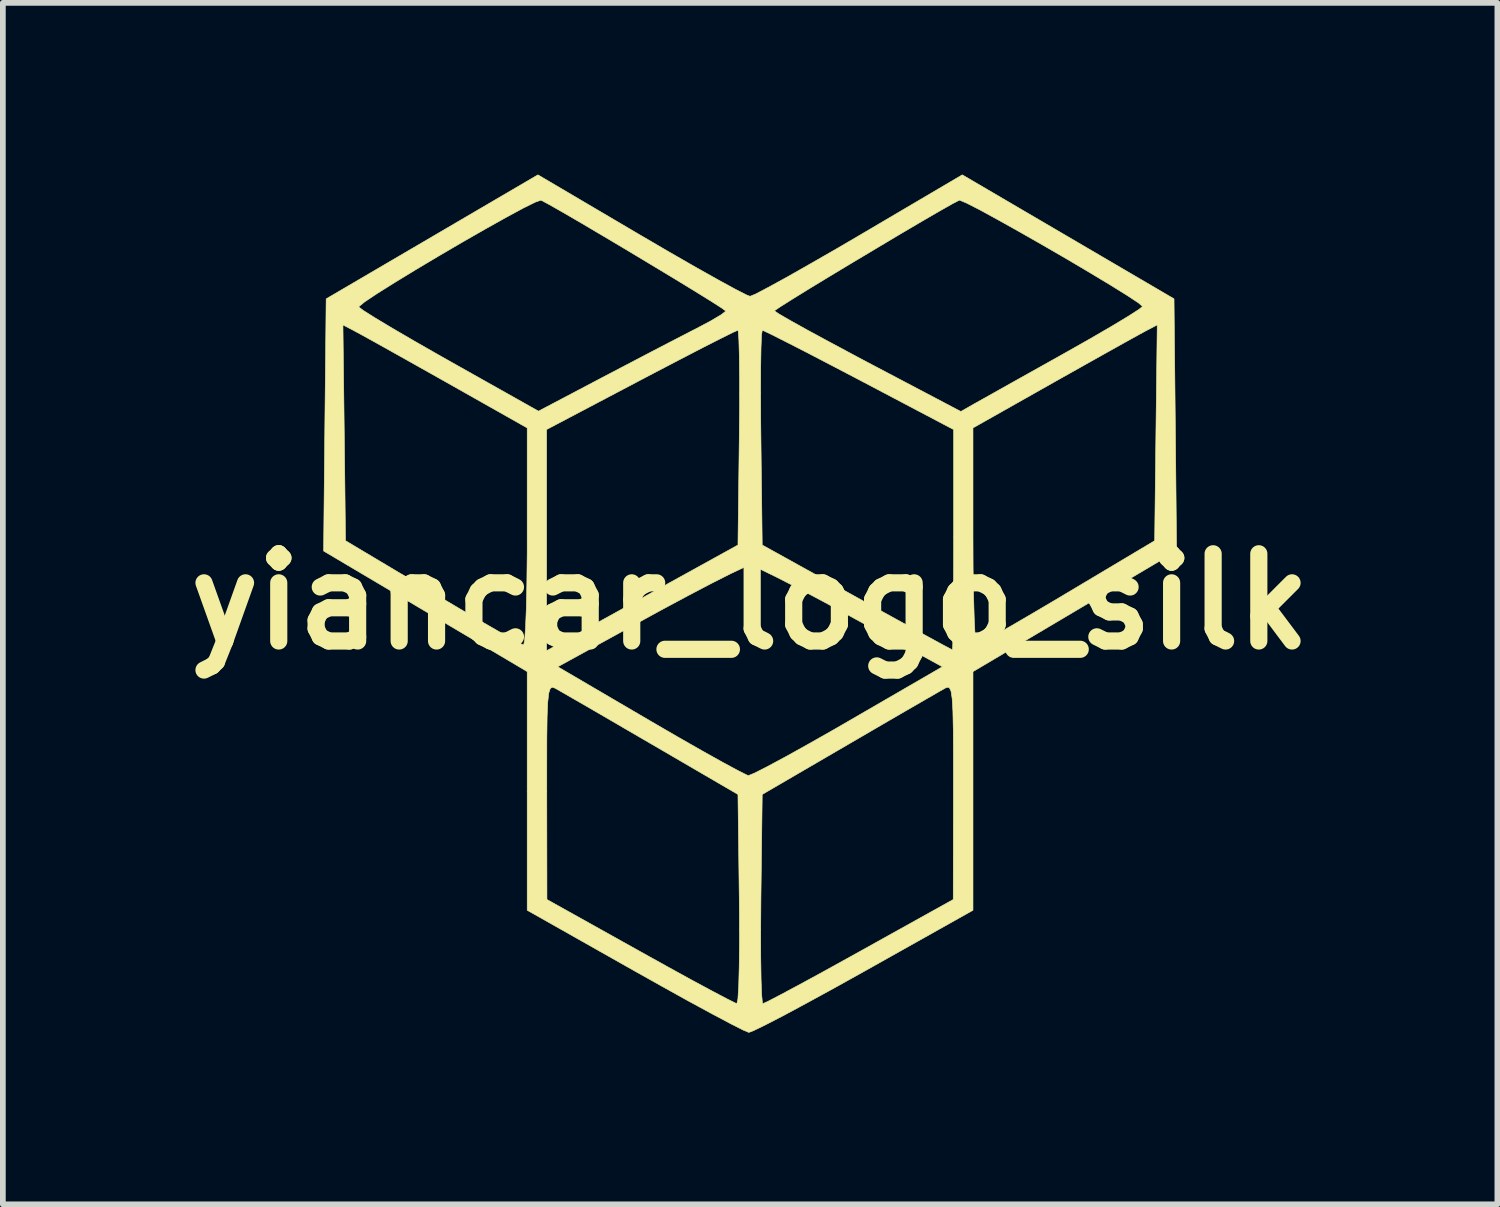
<source format=kicad_pcb>
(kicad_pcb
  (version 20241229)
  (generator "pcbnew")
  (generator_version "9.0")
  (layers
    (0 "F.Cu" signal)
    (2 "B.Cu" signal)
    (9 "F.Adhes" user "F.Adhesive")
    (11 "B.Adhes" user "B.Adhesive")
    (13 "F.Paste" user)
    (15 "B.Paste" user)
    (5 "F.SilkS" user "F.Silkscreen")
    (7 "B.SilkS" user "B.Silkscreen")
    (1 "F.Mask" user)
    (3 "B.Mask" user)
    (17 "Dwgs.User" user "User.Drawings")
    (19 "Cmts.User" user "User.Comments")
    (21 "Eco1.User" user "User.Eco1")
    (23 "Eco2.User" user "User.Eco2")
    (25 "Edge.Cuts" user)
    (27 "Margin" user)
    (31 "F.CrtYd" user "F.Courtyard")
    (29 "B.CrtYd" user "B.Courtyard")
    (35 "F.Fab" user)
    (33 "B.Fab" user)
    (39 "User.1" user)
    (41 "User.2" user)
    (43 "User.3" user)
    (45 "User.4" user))
  (footprint "yiancar_logo_silk"
    (layer "F.Cu")
    (at 10.058 7.462)
    (property "Reference" "yiancar_logo_silk" (at 0 0 0) (layer "F.SilkS") (effects (font (size 1.524 1.524) (thickness 0.3))))
    (attr exclude_from_pos_files exclude_from_bom)
    (fp_poly (pts (xy 7.408 -5.29) (xy 7.431 -3.087) (xy 7.453 -0.883) (xy 5.674 0.171) (xy 3.895 1.225) (xy 3.895 5.395) (xy 1.989 6.465) (xy 1.47 6.754) (xy 0.996 7.013) (xy 0.589 7.232) (xy 0.27 7.397) (xy 0.058 7.5) (xy -0.022 7.53) (xy -0.122 7.488) (xy -0.347 7.374) (xy -0.678 7.198) (xy -1.094 6.972) (xy -1.572 6.706) (xy -2.011 6.46) (xy -3.895 5.395) (xy -3.895 2.891) (xy -3.553 2.891) (xy -3.553 3.32) (xy -3.55 5.207) (xy -1.923 6.115) (xy -1.446 6.38) (xy -1.019 6.615) (xy -0.662 6.807) (xy -0.4 6.945) (xy -0.253 7.018) (xy -0.231 7.025) (xy -0.213 6.945) (xy -0.199 6.72) (xy -0.19 6.375) (xy -0.185 5.933) (xy -0.186 5.735) (xy 0.185 5.735) (xy 0.186 6.209) (xy 0.192 6.596) (xy 0.202 6.873) (xy 0.216 7.014) (xy 0.222 7.027) (xy 0.31 6.988) (xy 0.523 6.877) (xy 0.839 6.708) (xy 1.238 6.491) (xy 1.696 6.238) (xy 1.914 6.117) (xy 3.55 5.207) (xy 3.553 3.32) (xy 3.553 2.709) (xy 3.551 2.247) (xy 3.544 1.916) (xy 3.531 1.695) (xy 3.511 1.565) (xy 3.482 1.506) (xy 3.442 1.499) (xy 3.408 1.514) (xy 3.292 1.58) (xy 3.055 1.717) (xy 2.719 1.911) (xy 2.311 2.148) (xy 1.853 2.415) (xy 1.736 2.483) (xy 0.212 3.371) (xy 0.189 5.199) (xy 0.185 5.735) (xy -0.186 5.735) (xy -0.187 5.419) (xy -0.189 5.199) (xy -0.212 3.371) (xy -1.736 2.483) (xy -2.202 2.212) (xy -2.624 1.966) (xy -2.98 1.76) (xy -3.244 1.608) (xy -3.392 1.523) (xy -3.408 1.514) (xy -3.456 1.497) (xy -3.492 1.519) (xy -3.518 1.599) (xy -3.536 1.756) (xy -3.547 2.011) (xy -3.552 2.383) (xy -3.553 2.891) (xy -3.895 2.891) (xy -3.895 1.225) (xy -4.037 1.14) (xy -3.361 1.14) (xy -1.744 2.087) (xy -1.269 2.363) (xy -0.84 2.608) (xy -0.48 2.809) (xy -0.211 2.954) (xy -0.056 3.032) (xy -0.029 3.041) (xy 0.069 3.002) (xy 0.292 2.889) (xy 0.616 2.715) (xy 1.019 2.491) (xy 1.479 2.23) (xy 1.714 2.094) (xy 3.36 1.14) (xy 1.744 0.253) (xy 1.263 -0.008) (xy 0.828 -0.239) (xy 0.461 -0.427) (xy 0.186 -0.561) (xy 0.026 -0.629) (xy 0 -0.635) (xy -0.109 -0.596) (xy -0.342 -0.486) (xy -0.676 -0.317) (xy -1.088 -0.101) (xy -1.554 0.149) (xy -1.744 0.253) (xy -3.361 1.14) (xy -4.037 1.14) (xy -5.674 0.171) (xy -7.453 -0.883) (xy -7.431 -3.087) (xy -7.413 -4.834) (xy -7.115 -4.834) (xy -7.092 -2.948) (xy -7.07 -1.063) (xy -5.546 -0.154) (xy -5.088 0.118) (xy -4.68 0.357) (xy -4.342 0.552) (xy -4.098 0.689) (xy -3.971 0.755) (xy -3.958 0.759) (xy -3.94 0.679) (xy -3.924 0.454) (xy -3.91 0.107) (xy -3.901 -0.337) (xy -3.895 -0.855) (xy -3.895 -1.136) (xy -3.895 -3.006) (xy -3.556 -3.006) (xy -3.556 0.859) (xy -2.9 0.497) (xy -2.563 0.311) (xy -2.134 0.074) (xy -1.668 -0.184) (xy -1.228 -0.427) (xy -0.212 -0.988) (xy -0.189 -2.865) (xy -0.184 -3.408) (xy -0.184 -3.644) (xy 0.184 -3.644) (xy 0.186 -3.126) (xy 0.189 -2.865) (xy 0.212 -0.988) (xy 1.863 -0.073) (xy 2.341 0.192) (xy 2.766 0.426) (xy 3.118 0.62) (xy 3.375 0.76) (xy 3.515 0.835) (xy 3.535 0.844) (xy 3.541 0.764) (xy 3.546 0.539) (xy 3.551 0.191) (xy 3.554 -0.254) (xy 3.556 -0.775) (xy 3.556 -1.08) (xy 3.556 -3.006) (xy 3.502 -3.034) (xy 3.895 -3.034) (xy 3.895 -1.136) (xy 3.897 -0.59) (xy 3.905 -0.105) (xy 3.917 0.293) (xy 3.931 0.583) (xy 3.949 0.739) (xy 3.958 0.759) (xy 4.047 0.717) (xy 4.258 0.6) (xy 4.57 0.421) (xy 4.959 0.194) (xy 5.404 -0.069) (xy 5.546 -0.154) (xy 7.07 -1.063) (xy 7.092 -2.948) (xy 7.115 -4.834) (xy 6.923 -4.734) (xy 6.791 -4.662) (xy 6.538 -4.522) (xy 6.191 -4.328) (xy 5.777 -4.096) (xy 5.322 -3.84) (xy 5.313 -3.835) (xy 3.895 -3.034) (xy 3.502 -3.034) (xy 1.908 -3.874) (xy 1.426 -4.126) (xy 0.996 -4.35) (xy 0.638 -4.533) (xy 0.377 -4.665) (xy 0.233 -4.734) (xy 0.213 -4.741) (xy 0.2 -4.661) (xy 0.191 -4.435) (xy 0.185 -4.088) (xy 0.184 -3.644) (xy -0.184 -3.644) (xy -0.184 -3.889) (xy -0.188 -4.285) (xy -0.196 -4.571) (xy -0.207 -4.723) (xy -0.213 -4.741) (xy -0.298 -4.704) (xy -0.511 -4.598) (xy -0.83 -4.436) (xy -1.231 -4.228) (xy -1.693 -3.987) (xy -1.908 -3.874) (xy -3.556 -3.006) (xy -3.895 -3.006) (xy -3.895 -3.034) (xy -5.313 -3.835) (xy -5.768 -4.091) (xy -6.183 -4.324) (xy -6.532 -4.519) (xy -6.787 -4.66) (xy -6.922 -4.733) (xy -6.923 -4.734) (xy -7.115 -4.834) (xy -7.413 -4.834) (xy -7.41 -5.147) (xy -6.838 -5.147) (xy -6.761 -5.088) (xy -6.557 -4.959) (xy -6.25 -4.775) (xy -5.861 -4.548) (xy -5.411 -4.291) (xy -5.257 -4.204) (xy -3.698 -3.327) (xy -2.59 -3.911) (xy -2.143 -4.145) (xy -1.7 -4.377) (xy -1.305 -4.582) (xy -1.003 -4.738) (xy -0.953 -4.763) (xy -0.691 -4.902) (xy -0.502 -5.014) (xy -0.425 -5.075) (xy -0.425 -5.077) (xy -0.429 -5.08) (xy 0.426 -5.08) (xy 0.497 -5.03) (xy 0.697 -4.914) (xy 1.004 -4.743) (xy 1.397 -4.53) (xy 1.853 -4.286) (xy 2.054 -4.179) (xy 3.683 -3.321) (xy 3.937 -3.466) (xy 4.093 -3.553) (xy 4.367 -3.707) (xy 4.729 -3.91) (xy 5.151 -4.146) (xy 5.524 -4.355) (xy 5.951 -4.597) (xy 6.321 -4.812) (xy 6.611 -4.987) (xy 6.798 -5.107) (xy 6.858 -5.157) (xy 6.788 -5.218) (xy 6.596 -5.345) (xy 6.308 -5.524) (xy 5.95 -5.74) (xy 5.548 -5.978) (xy 5.127 -6.222) (xy 4.715 -6.457) (xy 4.336 -6.669) (xy 4.018 -6.843) (xy 3.785 -6.962) (xy 3.664 -7.013) (xy 3.655 -7.013) (xy 3.541 -6.954) (xy 3.315 -6.826) (xy 3.003 -6.645) (xy 2.629 -6.425) (xy 2.22 -6.181) (xy 1.8 -5.93) (xy 1.394 -5.686) (xy 1.029 -5.464) (xy 0.73 -5.279) (xy 0.521 -5.147) (xy 0.428 -5.083) (xy 0.426 -5.08) (xy -0.429 -5.08) (xy -0.494 -5.128) (xy -0.683 -5.249) (xy -0.969 -5.426) (xy -1.324 -5.643) (xy -1.724 -5.884) (xy -2.143 -6.136) (xy -2.557 -6.382) (xy -2.939 -6.608) (xy -3.264 -6.797) (xy -3.508 -6.936) (xy -3.644 -7.009) (xy -3.655 -7.013) (xy -3.748 -6.982) (xy -3.957 -6.879) (xy -4.257 -6.717) (xy -4.622 -6.513) (xy -5.027 -6.281) (xy -5.444 -6.037) (xy -5.85 -5.795) (xy -6.217 -5.571) (xy -6.521 -5.38) (xy -6.735 -5.237) (xy -6.834 -5.156) (xy -6.838 -5.147) (xy -7.41 -5.147) (xy -7.408 -5.29) (xy -3.708 -7.457) (xy -1.905 -6.395) (xy -1.403 -6.102) (xy -0.947 -5.84) (xy -0.557 -5.621) (xy -0.255 -5.456) (xy -0.061 -5.357) (xy 0 -5.334) (xy 0.099 -5.375) (xy 0.321 -5.492) (xy 0.648 -5.671) (xy 1.056 -5.903) (xy 1.526 -6.173) (xy 1.905 -6.395) (xy 3.708 -7.457) (xy 7.408 -5.29)) (stroke (width 0.01) (type solid)) (fill yes) (layer "F.SilkS")))
  (gr_rect
    (start -3 -3)
    (end 23.117 17.996)
    (stroke (width 0.1) (type default))
    (fill no)
    (layer "Edge.Cuts")))
</source>
